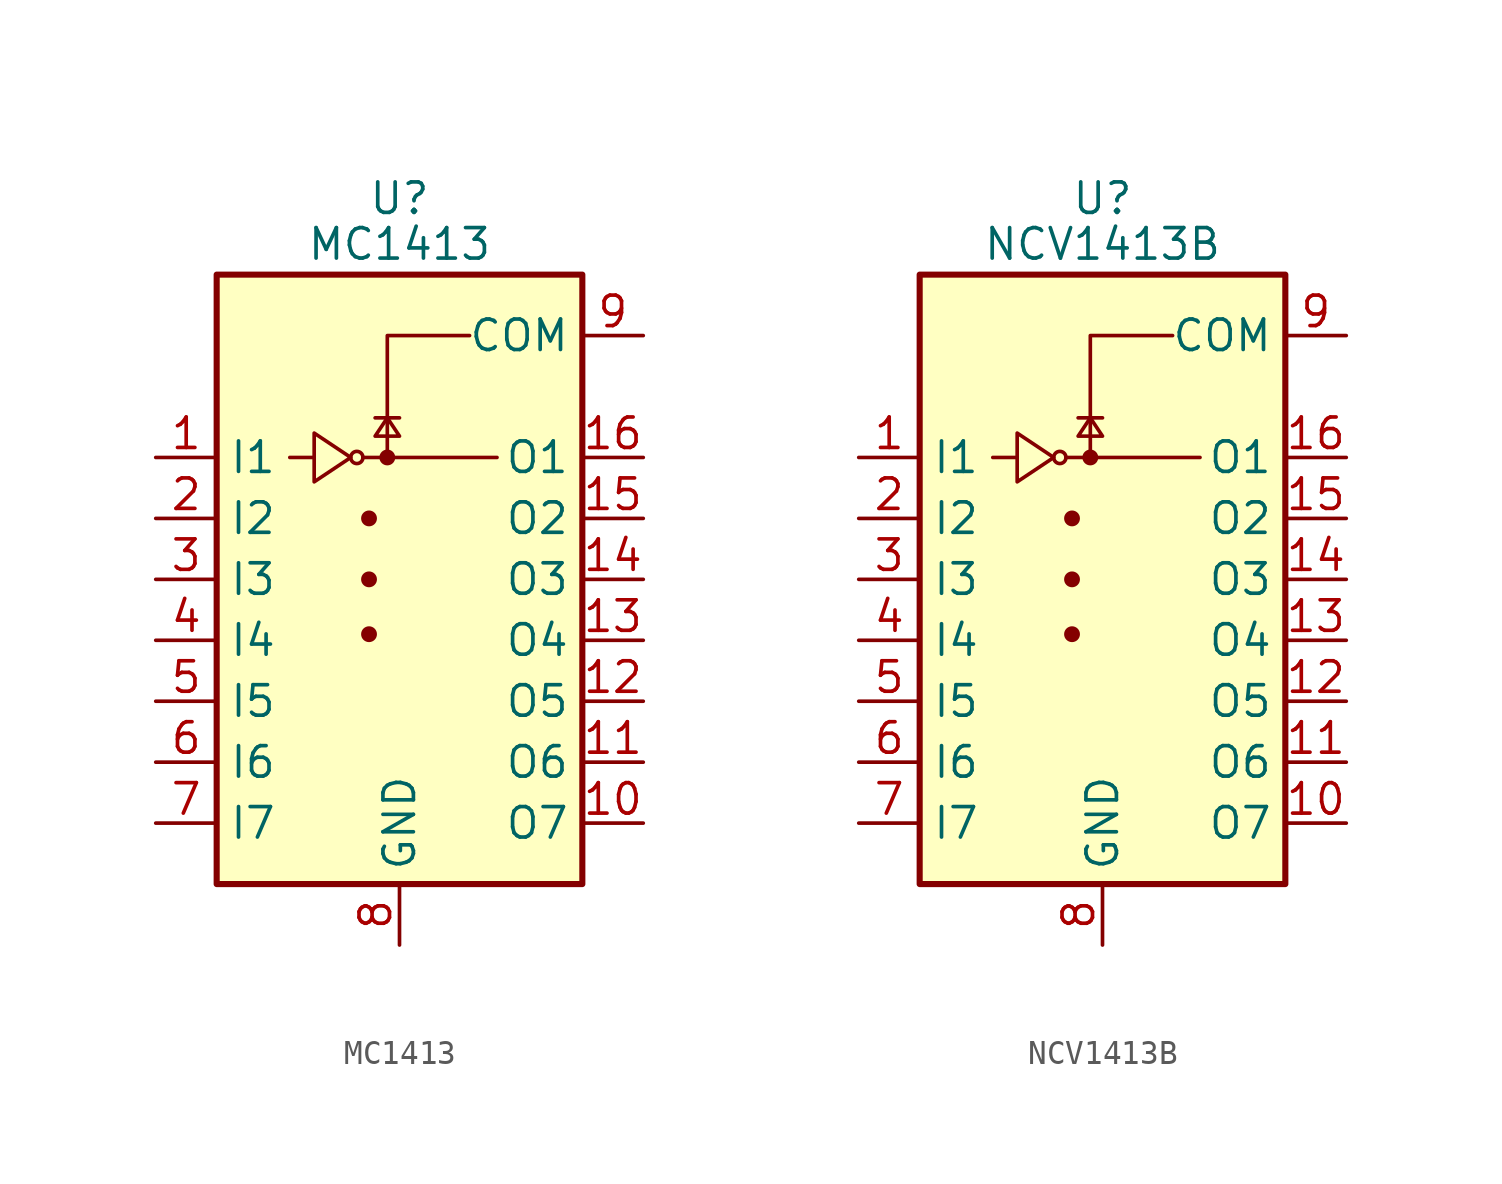
<source format=kicad_sym>
(kicad_symbol_lib
  (version 20211014)
  (generator kicad_symbol_editor)
  (symbol "MC1413"
    (property "Reference" "U"
      (at 0 15.875 0)
      (effects (font (size 1.27 1.27))))
    (property "Value" "MC1413"
      (at 0 13.97 0)
      (effects (font (size 1.27 1.27))))
    (symbol "MC1413_0_1"
      (rectangle (start -7.62 -12.7) (end 7.62 12.7) (stroke (width 0.254) (type default) (color 0 0 0 0)) (fill (type background)))
      (circle (center -1.778 5.08) (radius 0.254) (stroke (width 0) (type default) (color 0 0 0 0)) (fill (type none)))
      (circle (center -1.27 -2.286) (radius 0.254) (stroke (width 0) (type default) (color 0 0 0 0)) (fill (type outline)))
      (circle (center -1.27 0) (radius 0.254) (stroke (width 0) (type default) (color 0 0 0 0)) (fill (type outline)))
      (circle (center -1.27 2.54) (radius 0.254) (stroke (width 0) (type default) (color 0 0 0 0)) (fill (type outline)))
      (circle (center -0.508 5.08) (radius 0.254) (stroke (width 0) (type default) (color 0 0 0 0)) (fill (type outline)))
      (polyline (pts (xy -4.572 5.08) (xy -3.556 5.08)) (stroke (width 0) (type default) (color 0 0 0 0)) (fill (type none)))
      (polyline (pts (xy -1.524 5.08) (xy 4.064 5.08)) (stroke (width 0) (type default) (color 0 0 0 0)) (fill (type none)))
      (polyline (pts (xy 0 6.731) (xy -1.016 6.731)) (stroke (width 0) (type default) (color 0 0 0 0)) (fill (type none)))
      (polyline (pts (xy -0.508 5.08) (xy -0.508 10.16) (xy 2.921 10.16)) (stroke (width 0) (type default) (color 0 0 0 0)) (fill (type none)))
      (polyline (pts (xy -3.556 6.096) (xy -3.556 4.064) (xy -2.032 5.08) (xy -3.556 6.096)) (stroke (width 0) (type default) (color 0 0 0 0)) (fill (type none)))
      (polyline (pts (xy 0 5.969) (xy -1.016 5.969) (xy -0.508 6.731) (xy 0 5.969)) (stroke (width 0) (type default) (color 0 0 0 0)) (fill (type none))))
    (symbol "MC1413_1_1"
      (pin input line (at -10.16 5.08 0) (length 2.54) (name "I1" (effects (font (size 1.27 1.27)))) (number "1" (effects (font (size 1.27 1.27)))))
      (pin open_collector line (at 10.16 -10.16 180) (length 2.54) (name "O7" (effects (font (size 1.27 1.27)))) (number "10" (effects (font (size 1.27 1.27)))))
      (pin open_collector line (at 10.16 -7.62 180) (length 2.54) (name "O6" (effects (font (size 1.27 1.27)))) (number "11" (effects (font (size 1.27 1.27)))))
      (pin open_collector line (at 10.16 -5.08 180) (length 2.54) (name "O5" (effects (font (size 1.27 1.27)))) (number "12" (effects (font (size 1.27 1.27)))))
      (pin open_collector line (at 10.16 -2.54 180) (length 2.54) (name "O4" (effects (font (size 1.27 1.27)))) (number "13" (effects (font (size 1.27 1.27)))))
      (pin open_collector line (at 10.16 0 180) (length 2.54) (name "O3" (effects (font (size 1.27 1.27)))) (number "14" (effects (font (size 1.27 1.27)))))
      (pin open_collector line (at 10.16 2.54 180) (length 2.54) (name "O2" (effects (font (size 1.27 1.27)))) (number "15" (effects (font (size 1.27 1.27)))))
      (pin open_collector line (at 10.16 5.08 180) (length 2.54) (name "O1" (effects (font (size 1.27 1.27)))) (number "16" (effects (font (size 1.27 1.27)))))
      (pin input line (at -10.16 2.54 0) (length 2.54) (name "I2" (effects (font (size 1.27 1.27)))) (number "2" (effects (font (size 1.27 1.27)))))
      (pin input line (at -10.16 0 0) (length 2.54) (name "I3" (effects (font (size 1.27 1.27)))) (number "3" (effects (font (size 1.27 1.27)))))
      (pin input line (at -10.16 -2.54 0) (length 2.54) (name "I4" (effects (font (size 1.27 1.27)))) (number "4" (effects (font (size 1.27 1.27)))))
      (pin input line (at -10.16 -5.08 0) (length 2.54) (name "I5" (effects (font (size 1.27 1.27)))) (number "5" (effects (font (size 1.27 1.27)))))
      (pin input line (at -10.16 -7.62 0) (length 2.54) (name "I6" (effects (font (size 1.27 1.27)))) (number "6" (effects (font (size 1.27 1.27)))))
      (pin input line (at -10.16 -10.16 0) (length 2.54) (name "I7" (effects (font (size 1.27 1.27)))) (number "7" (effects (font (size 1.27 1.27)))))
      (pin power_in line (at 0 -15.24 90) (length 2.54) (name "GND" (effects (font (size 1.27 1.27)))) (number "8" (effects (font (size 1.27 1.27)))))
      (pin passive line (at 10.16 10.16 180) (length 2.54) (name "COM" (effects (font (size 1.27 1.27)))) (number "9" (effects (font (size 1.27 1.27)))))))
  (symbol "NCV1413B"
    (property "Reference" "U"
      (at 0 15.875 0)
      (effects (font (size 1.27 1.27))))
    (property "Value" "NCV1413B"
      (at 0 13.97 0)
      (effects (font (size 1.27 1.27))))
    (symbol "NCV1413B_0_1"
      (rectangle (start -7.62 -12.7) (end 7.62 12.7) (stroke (width 0.254) (type default) (color 0 0 0 0)) (fill (type background)))
      (circle (center -1.778 5.08) (radius 0.254) (stroke (width 0) (type default) (color 0 0 0 0)) (fill (type none)))
      (circle (center -1.27 -2.286) (radius 0.254) (stroke (width 0) (type default) (color 0 0 0 0)) (fill (type outline)))
      (circle (center -1.27 0) (radius 0.254) (stroke (width 0) (type default) (color 0 0 0 0)) (fill (type outline)))
      (circle (center -1.27 2.54) (radius 0.254) (stroke (width 0) (type default) (color 0 0 0 0)) (fill (type outline)))
      (circle (center -0.508 5.08) (radius 0.254) (stroke (width 0) (type default) (color 0 0 0 0)) (fill (type outline)))
      (polyline (pts (xy -4.572 5.08) (xy -3.556 5.08)) (stroke (width 0) (type default) (color 0 0 0 0)) (fill (type none)))
      (polyline (pts (xy -1.524 5.08) (xy 4.064 5.08)) (stroke (width 0) (type default) (color 0 0 0 0)) (fill (type none)))
      (polyline (pts (xy 0 6.731) (xy -1.016 6.731)) (stroke (width 0) (type default) (color 0 0 0 0)) (fill (type none)))
      (polyline (pts (xy -0.508 5.08) (xy -0.508 10.16) (xy 2.921 10.16)) (stroke (width 0) (type default) (color 0 0 0 0)) (fill (type none)))
      (polyline (pts (xy -3.556 6.096) (xy -3.556 4.064) (xy -2.032 5.08) (xy -3.556 6.096)) (stroke (width 0) (type default) (color 0 0 0 0)) (fill (type none)))
      (polyline (pts (xy 0 5.969) (xy -1.016 5.969) (xy -0.508 6.731) (xy 0 5.969)) (stroke (width 0) (type default) (color 0 0 0 0)) (fill (type none))))
    (symbol "NCV1413B_1_1"
      (pin input line (at -10.16 5.08 0) (length 2.54) (name "I1" (effects (font (size 1.27 1.27)))) (number "1" (effects (font (size 1.27 1.27)))))
      (pin open_collector line (at 10.16 -10.16 180) (length 2.54) (name "O7" (effects (font (size 1.27 1.27)))) (number "10" (effects (font (size 1.27 1.27)))))
      (pin open_collector line (at 10.16 -7.62 180) (length 2.54) (name "O6" (effects (font (size 1.27 1.27)))) (number "11" (effects (font (size 1.27 1.27)))))
      (pin open_collector line (at 10.16 -5.08 180) (length 2.54) (name "O5" (effects (font (size 1.27 1.27)))) (number "12" (effects (font (size 1.27 1.27)))))
      (pin open_collector line (at 10.16 -2.54 180) (length 2.54) (name "O4" (effects (font (size 1.27 1.27)))) (number "13" (effects (font (size 1.27 1.27)))))
      (pin open_collector line (at 10.16 0 180) (length 2.54) (name "O3" (effects (font (size 1.27 1.27)))) (number "14" (effects (font (size 1.27 1.27)))))
      (pin open_collector line (at 10.16 2.54 180) (length 2.54) (name "O2" (effects (font (size 1.27 1.27)))) (number "15" (effects (font (size 1.27 1.27)))))
      (pin open_collector line (at 10.16 5.08 180) (length 2.54) (name "O1" (effects (font (size 1.27 1.27)))) (number "16" (effects (font (size 1.27 1.27)))))
      (pin input line (at -10.16 2.54 0) (length 2.54) (name "I2" (effects (font (size 1.27 1.27)))) (number "2" (effects (font (size 1.27 1.27)))))
      (pin input line (at -10.16 0 0) (length 2.54) (name "I3" (effects (font (size 1.27 1.27)))) (number "3" (effects (font (size 1.27 1.27)))))
      (pin input line (at -10.16 -2.54 0) (length 2.54) (name "I4" (effects (font (size 1.27 1.27)))) (number "4" (effects (font (size 1.27 1.27)))))
      (pin input line (at -10.16 -5.08 0) (length 2.54) (name "I5" (effects (font (size 1.27 1.27)))) (number "5" (effects (font (size 1.27 1.27)))))
      (pin input line (at -10.16 -7.62 0) (length 2.54) (name "I6" (effects (font (size 1.27 1.27)))) (number "6" (effects (font (size 1.27 1.27)))))
      (pin input line (at -10.16 -10.16 0) (length 2.54) (name "I7" (effects (font (size 1.27 1.27)))) (number "7" (effects (font (size 1.27 1.27)))))
      (pin power_in line (at 0 -15.24 90) (length 2.54) (name "GND" (effects (font (size 1.27 1.27)))) (number "8" (effects (font (size 1.27 1.27)))))
      (pin passive line (at 10.16 10.16 180) (length 2.54) (name "COM" (effects (font (size 1.27 1.27)))) (number "9" (effects (font (size 1.27 1.27))))))))
</source>
